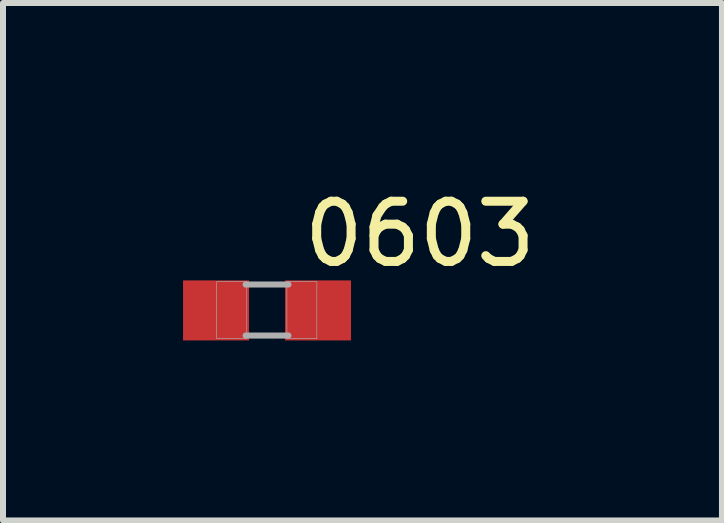
<source format=kicad_pcb>
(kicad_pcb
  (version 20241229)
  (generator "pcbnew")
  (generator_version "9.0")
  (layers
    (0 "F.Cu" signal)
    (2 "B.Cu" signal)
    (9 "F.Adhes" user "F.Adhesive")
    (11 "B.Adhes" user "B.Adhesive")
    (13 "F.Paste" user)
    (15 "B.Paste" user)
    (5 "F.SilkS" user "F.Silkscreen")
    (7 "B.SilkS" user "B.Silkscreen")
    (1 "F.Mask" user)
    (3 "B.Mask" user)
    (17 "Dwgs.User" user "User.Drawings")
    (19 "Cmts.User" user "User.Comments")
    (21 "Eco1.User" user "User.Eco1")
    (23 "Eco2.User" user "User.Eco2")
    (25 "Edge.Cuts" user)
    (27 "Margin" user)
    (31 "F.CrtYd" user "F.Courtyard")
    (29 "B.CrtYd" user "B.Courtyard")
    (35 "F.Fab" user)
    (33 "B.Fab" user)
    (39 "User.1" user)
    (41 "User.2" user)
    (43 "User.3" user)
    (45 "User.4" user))
  (footprint "0603"
    (layer "F.Cu")
    (at 1.4 2.123)
    (property "Reference" "0603" (at 2.547 -1.273 0) (layer "F.SilkS") (effects (font (size 1.003 1.003) (thickness 0.15))))
    (attr through_hole)
    (fp_line (start -0.356 -0.432) (end 0.356 -0.432) (stroke (width 0.102) (type solid)) (layer "F.Fab"))
    (fp_line (start -0.356 0.419) (end 0.356 0.419) (stroke (width 0.102) (type solid)) (layer "F.Fab"))
    (fp_poly (pts (xy -0.841 -0.48) (xy -0.338 -0.48) (xy -0.338 0.471) (xy -0.841 0.471)) (stroke (width 0.01) (type solid)) (fill no) (layer "F.Fab"))
    (fp_poly (pts (xy 0.331 -0.48) (xy 0.83 -0.48) (xy 0.83 0.471) (xy 0.331 0.471)) (stroke (width 0.01) (type solid)) (fill no) (layer "F.Fab"))
    (pad "1" smd rect (at -0.85 0) (size 1.1 1) (layers "F.Cu" "F.Mask" "F.Paste"))
    (pad "2" smd rect (at 0.85 0) (size 1.1 1) (layers "F.Cu" "F.Mask" "F.Paste")))
  (gr_rect
    (start -3 -3)
    (end 8.981 5.623)
    (stroke (width 0.1) (type default))
    (fill no)
    (layer "Edge.Cuts")))
</source>
